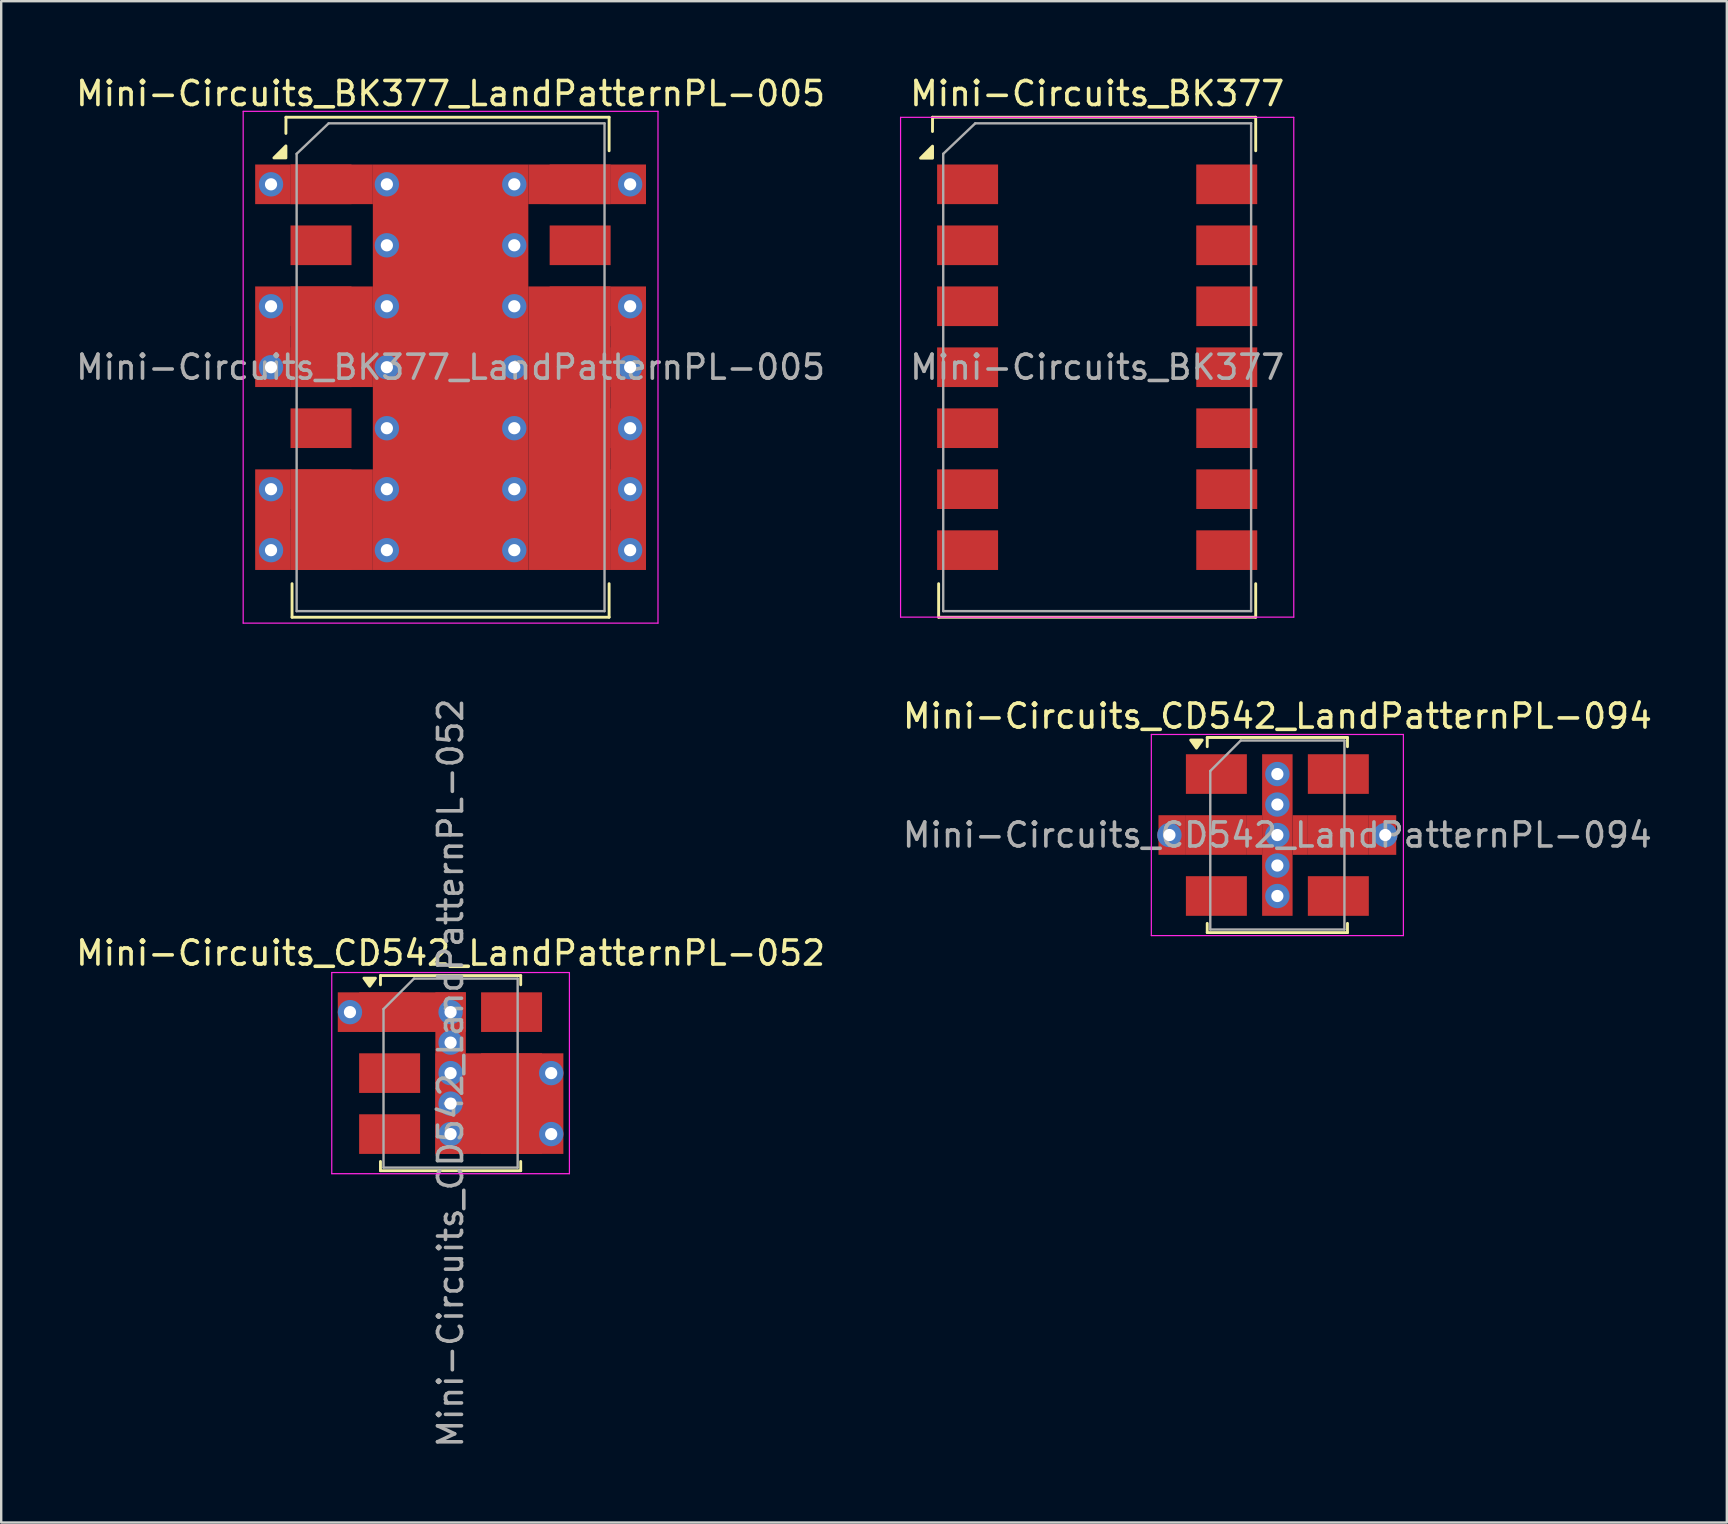
<source format=kicad_pcb>
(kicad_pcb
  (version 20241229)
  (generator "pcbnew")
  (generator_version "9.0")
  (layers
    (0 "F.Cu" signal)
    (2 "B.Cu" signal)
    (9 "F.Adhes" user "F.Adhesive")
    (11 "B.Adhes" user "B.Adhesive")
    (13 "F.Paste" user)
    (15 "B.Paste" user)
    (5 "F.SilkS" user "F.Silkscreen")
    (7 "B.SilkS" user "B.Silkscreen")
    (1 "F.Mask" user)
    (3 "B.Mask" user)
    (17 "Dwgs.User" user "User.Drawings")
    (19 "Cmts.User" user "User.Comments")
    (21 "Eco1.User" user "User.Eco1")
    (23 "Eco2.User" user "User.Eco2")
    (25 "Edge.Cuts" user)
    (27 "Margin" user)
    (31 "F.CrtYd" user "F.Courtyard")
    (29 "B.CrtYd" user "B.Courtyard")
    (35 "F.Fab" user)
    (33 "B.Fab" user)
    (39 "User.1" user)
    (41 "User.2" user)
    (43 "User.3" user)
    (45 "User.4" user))
  (footprint "Mini-Circuits_CD542_LandPatternPL-094"
    (layer "F.Cu")
    (at 50.161 31.735)
    (property "Reference" "Mini-Circuits_CD542_LandPatternPL-094" (at 0.004 -4.953 0) (layer "F.SilkS") (effects (font (size 1 1) (thickness 0.15))))
    (attr smd)
    (fp_line (start -2.921 -4.064) (end -2.921 -3.68) (stroke (width 0.12) (type solid)) (layer "F.SilkS"))
    (fp_line (start -2.921 3.68) (end -2.921 4.064) (stroke (width 0.12) (type solid)) (layer "F.SilkS"))
    (fp_line (start -2.921 4.064) (end 2.921 4.064) (stroke (width 0.12) (type solid)) (layer "F.SilkS"))
    (fp_line (start 2.921 -4.064) (end -2.921 -4.064) (stroke (width 0.12) (type solid)) (layer "F.SilkS"))
    (fp_line (start 2.921 -4.064) (end 2.921 -3.68) (stroke (width 0.12) (type solid)) (layer "F.SilkS"))
    (fp_line (start 2.921 3.68) (end 2.921 4.064) (stroke (width 0.12) (type solid)) (layer "F.SilkS"))
    (fp_poly (pts (xy -3.37 -3.62) (xy -3.61 -3.956) (xy -3.13 -3.956) (xy -3.37 -3.62)) (stroke (width 0.12) (type solid)) (fill yes) (layer "F.SilkS"))
    (fp_line (start -5.25 -4.19) (end -5.25 4.19) (stroke (width 0.05) (type solid)) (layer "F.CrtYd"))
    (fp_line (start -5.25 -4.19) (end 5.25 -4.19) (stroke (width 0.05) (type solid)) (layer "F.CrtYd"))
    (fp_line (start 5.25 4.19) (end -5.25 4.19) (stroke (width 0.05) (type solid)) (layer "F.CrtYd"))
    (fp_line (start 5.25 4.19) (end 5.25 -4.19) (stroke (width 0.05) (type solid)) (layer "F.CrtYd"))
    (fp_line (start -2.794 -2.667) (end -2.794 3.937) (stroke (width 0.1) (type solid)) (layer "F.Fab"))
    (fp_line (start -2.794 -2.667) (end -1.524 -3.937) (stroke (width 0.1) (type solid)) (layer "F.Fab"))
    (fp_line (start -2.794 3.937) (end 2.794 3.937) (stroke (width 0.1) (type solid)) (layer "F.Fab"))
    (fp_line (start 2.794 -3.937) (end -1.524 -3.937) (stroke (width 0.1) (type solid)) (layer "F.Fab"))
    (fp_line (start 2.794 -3.937) (end 2.794 3.937) (stroke (width 0.1) (type solid)) (layer "F.Fab"))
    (fp_text user "${REFERENCE}" (at 0 0 0) (layer "F.Fab") (effects (font (size 1 1) (thickness 0.15))))
    (pad "1" smd rect (at -2.54 -2.54 270) (size 1.651 2.54) (layers "F.Cu" "F.Mask" "F.Paste"))
    (pad "2" thru_hole circle (at -4.496 0 270) (size 1.016 1.016) (drill 0.508) (layers "*.Cu"))
    (pad "2" smd rect (at -4.381 0 270) (size 1.651 1.143) (layers "F.Cu"))
    (pad "2" smd rect (at -2.54 0 270) (size 1.651 2.54) (layers "F.Cu" "F.Mask" "F.Paste"))
    (pad "2" smd rect (at -0.953 0 270) (size 1.651 0.635) (layers "F.Cu"))
    (pad "2" thru_hole circle (at 0 -2.54 270) (size 1.016 1.016) (drill 0.508) (layers "*.Cu"))
    (pad "2" thru_hole circle (at 0 -1.27 270) (size 1.016 1.016) (drill 0.508) (layers "*.Cu"))
    (pad "2" thru_hole circle (at 0 0 270) (size 1.016 1.016) (drill 0.508) (layers "*.Cu"))
    (pad "2" smd rect (at 0 0 270) (size 6.731 1.27) (layers "F.Cu"))
    (pad "2" thru_hole circle (at 0 1.27 270) (size 1.016 1.016) (drill 0.508) (layers "*.Cu"))
    (pad "2" thru_hole circle (at 0 2.54 270) (size 1.016 1.016) (drill 0.508) (layers "*.Cu"))
    (pad "3" smd rect (at -2.54 2.54 270) (size 1.651 2.54) (layers "F.Cu" "F.Mask" "F.Paste"))
    (pad "4" smd rect (at 2.54 2.54 270) (size 1.651 2.54) (layers "F.Cu" "F.Mask" "F.Paste"))
    (pad "5" smd rect (at 0.953 0 270) (size 1.651 0.635) (layers "F.Cu"))
    (pad "5" smd rect (at 2.54 0 270) (size 1.651 2.54) (layers "F.Cu" "F.Mask" "F.Paste"))
    (pad "5" smd rect (at 4.381 0 270) (size 1.651 1.143) (layers "F.Cu"))
    (pad "5" thru_hole circle (at 4.496 0 270) (size 1.016 1.016) (drill 0.508) (layers "*.Cu"))
    (pad "6" smd rect (at 2.54 -2.54 270) (size 1.651 2.54) (layers "F.Cu" "F.Mask" "F.Paste")))
  (footprint "Mini-Circuits_BK377_LandPatternPL-005"
    (layer "F.Cu")
    (at 15.72 12.248)
    (property "Reference" "Mini-Circuits_BK377_LandPatternPL-005" (at 0 -11.4 0) (layer "F.SilkS") (effects (font (size 1 1) (thickness 0.15))))
    (attr smd)
    (fp_line (start -6.86 -9.74) (end -6.858 -10.414) (stroke (width 0.12) (type solid)) (layer "F.SilkS"))
    (fp_line (start -6.858 -10.414) (end 6.604 -10.414) (stroke (width 0.12) (type solid)) (layer "F.SilkS"))
    (fp_line (start -6.604 9.017) (end -6.604 10.414) (stroke (width 0.12) (type solid)) (layer "F.SilkS"))
    (fp_line (start -6.604 10.414) (end 6.604 10.414) (stroke (width 0.12) (type solid)) (layer "F.SilkS"))
    (fp_line (start 6.604 -10.414) (end 6.604 -9.017) (stroke (width 0.12) (type solid)) (layer "F.SilkS"))
    (fp_line (start 6.604 10.414) (end 6.604 9.017) (stroke (width 0.12) (type solid)) (layer "F.SilkS"))
    (fp_poly (pts (xy -6.86 -8.72) (xy -7.36 -8.72) (xy -6.86 -9.22) (xy -6.86 -8.72)) (stroke (width 0.12) (type solid)) (fill yes) (layer "F.SilkS"))
    (fp_line (start -8.64 -10.66) (end -8.64 10.66) (stroke (width 0.05) (type solid)) (layer "F.CrtYd"))
    (fp_line (start -8.64 -10.66) (end 8.64 -10.66) (stroke (width 0.05) (type solid)) (layer "F.CrtYd"))
    (fp_line (start 8.64 10.66) (end -8.64 10.66) (stroke (width 0.05) (type solid)) (layer "F.CrtYd"))
    (fp_line (start 8.64 10.66) (end 8.64 -10.66) (stroke (width 0.05) (type solid)) (layer "F.CrtYd"))
    (fp_line (start -6.413 -8.89) (end -6.413 10.16) (stroke (width 0.1) (type solid)) (layer "F.Fab"))
    (fp_line (start -6.413 10.16) (end 6.413 10.16) (stroke (width 0.1) (type solid)) (layer "F.Fab"))
    (fp_line (start -5.08 -10.16) (end -6.413 -8.89) (stroke (width 0.1) (type solid)) (layer "F.Fab"))
    (fp_line (start 6.413 -10.16) (end -5.08 -10.16) (stroke (width 0.1) (type solid)) (layer "F.Fab"))
    (fp_line (start 6.413 10.16) (end 6.413 -10.16) (stroke (width 0.1) (type solid)) (layer "F.Fab"))
    (fp_text user "${REFERENCE}" (at 0 0 0) (layer "F.Fab") (effects (font (size 1 1) (thickness 0.15))))
    (pad "1" thru_hole circle (at -7.48 -7.62) (size 1.016 1.016) (drill 0.508) (layers "*.Cu"))
    (pad "1" thru_hole circle (at -7.48 -2.54) (size 1.016 1.016) (drill 0.508) (layers "*.Cu"))
    (pad "1" thru_hole circle (at -7.48 0) (size 1.016 1.016) (drill 0.508) (layers "*.Cu"))
    (pad "1" thru_hole circle (at -7.48 5.08) (size 1.016 1.016) (drill 0.508) (layers "*.Cu"))
    (pad "1" thru_hole circle (at -7.48 7.62) (size 1.016 1.016) (drill 0.508) (layers "*.Cu"))
    (pad "1" smd rect (at -7.404 -7.62) (size 1.473 1.651) (layers "F.Cu"))
    (pad "1" smd rect (at -7.404 -1.27) (size 1.473 4.191) (layers "F.Cu"))
    (pad "1" smd rect (at -7.404 6.35) (size 1.473 4.191) (layers "F.Cu"))
    (pad "1" smd rect (at -6.668 -7.62) (size 2.54 1.651) (drill (offset 1.27 0)) (layers "F.Cu" "F.Mask" "F.Paste"))
    (pad "1" smd rect (at -4.953 -7.62) (size 3.429 1.651) (layers "F.Cu"))
    (pad "1" smd rect (at -4.953 -1.27) (size 3.429 4.191) (layers "F.Cu"))
    (pad "1" smd rect (at -4.953 6.35) (size 3.429 4.191) (layers "F.Cu"))
    (pad "1" thru_hole circle (at -2.654 -7.62) (size 1.016 1.016) (drill 0.508) (layers "*.Cu"))
    (pad "1" thru_hole circle (at -2.654 -5.08) (size 1.016 1.016) (drill 0.508) (layers "*.Cu"))
    (pad "1" thru_hole circle (at -2.654 -2.54) (size 1.016 1.016) (drill 0.508) (layers "*.Cu"))
    (pad "1" thru_hole circle (at -2.654 0) (size 1.016 1.016) (drill 0.508) (layers "*.Cu"))
    (pad "1" thru_hole circle (at -2.654 2.54) (size 1.016 1.016) (drill 0.508) (layers "*.Cu"))
    (pad "1" thru_hole circle (at -2.654 5.08) (size 1.016 1.016) (drill 0.508) (layers "*.Cu"))
    (pad "1" thru_hole circle (at -2.654 7.62) (size 1.016 1.016) (drill 0.508) (layers "*.Cu"))
    (pad "1" smd rect (at 0 0) (size 6.477 16.891) (layers "F.Cu"))
    (pad "1" thru_hole circle (at 2.654 -7.62) (size 1.016 1.016) (drill 0.508) (layers "*.Cu"))
    (pad "1" thru_hole circle (at 2.654 -5.08) (size 1.016 1.016) (drill 0.508) (layers "*.Cu"))
    (pad "1" thru_hole circle (at 2.654 -2.54) (size 1.016 1.016) (drill 0.508) (layers "*.Cu"))
    (pad "1" thru_hole circle (at 2.654 0) (size 1.016 1.016) (drill 0.508) (layers "*.Cu"))
    (pad "1" thru_hole circle (at 2.654 2.54) (size 1.016 1.016) (drill 0.508) (layers "*.Cu"))
    (pad "1" thru_hole circle (at 2.654 5.08) (size 1.016 1.016) (drill 0.508) (layers "*.Cu"))
    (pad "1" thru_hole circle (at 2.654 7.62) (size 1.016 1.016) (drill 0.508) (layers "*.Cu"))
    (pad "1" smd rect (at 4.953 -7.62) (size 3.429 1.651) (layers "F.Cu"))
    (pad "1" smd rect (at 4.953 2.54) (size 3.429 11.811) (layers "F.Cu"))
    (pad "1" smd rect (at 7.404 -7.62) (size 1.473 1.651) (layers "F.Cu"))
    (pad "1" smd rect (at 7.404 2.54) (size 1.473 11.811) (layers "F.Cu"))
    (pad "1" thru_hole circle (at 7.48 -7.62) (size 1.016 1.016) (drill 0.508) (layers "*.Cu"))
    (pad "1" thru_hole circle (at 7.48 -2.54) (size 1.016 1.016) (drill 0.508) (layers "*.Cu"))
    (pad "1" thru_hole circle (at 7.48 0) (size 1.016 1.016) (drill 0.508) (layers "*.Cu"))
    (pad "1" thru_hole circle (at 7.48 2.54) (size 1.016 1.016) (drill 0.508) (layers "*.Cu"))
    (pad "1" thru_hole circle (at 7.48 5.08) (size 1.016 1.016) (drill 0.508) (layers "*.Cu"))
    (pad "1" thru_hole circle (at 7.48 7.62) (size 1.016 1.016) (drill 0.508) (layers "*.Cu"))
    (pad "2" smd rect (at -5.397 -5.08) (size 2.54 1.651) (layers "F.Cu" "F.Mask" "F.Paste"))
    (pad "3" smd rect (at -6.668 -2.54) (size 2.54 1.651) (drill (offset 1.27 0)) (layers "F.Cu" "F.Mask" "F.Paste"))
    (pad "4" smd rect (at -6.668 0) (size 2.54 1.651) (drill (offset 1.27 0)) (layers "F.Cu" "F.Mask" "F.Paste"))
    (pad "5" smd rect (at -5.397 2.54) (size 2.54 1.651) (layers "F.Cu" "F.Mask" "F.Paste"))
    (pad "6" smd rect (at -6.668 5.08) (size 2.54 1.651) (drill (offset 1.27 0)) (layers "F.Cu" "F.Mask" "F.Paste"))
    (pad "7" smd rect (at -6.668 7.62) (size 2.54 1.651) (drill (offset 1.27 0)) (layers "F.Cu" "F.Mask" "F.Paste"))
    (pad "8" smd rect (at 6.668 7.62) (size 2.54 1.651) (drill (offset -1.27 0)) (layers "F.Cu" "F.Mask" "F.Paste"))
    (pad "9" smd rect (at 6.668 5.08) (size 2.54 1.651) (drill (offset -1.27 0)) (layers "F.Cu" "F.Mask" "F.Paste"))
    (pad "10" smd rect (at 6.668 2.54) (size 2.54 1.651) (drill (offset -1.27 0)) (layers "F.Cu" "F.Mask" "F.Paste"))
    (pad "11" smd rect (at 6.668 0) (size 2.54 1.651) (drill (offset -1.27 0)) (layers "F.Cu" "F.Mask" "F.Paste"))
    (pad "12" smd rect (at 6.668 -2.54) (size 2.54 1.651) (drill (offset -1.27 0)) (layers "F.Cu" "F.Mask" "F.Paste"))
    (pad "13" smd rect (at 5.397 -5.08) (size 2.54 1.651) (layers "F.Cu" "F.Mask" "F.Paste"))
    (pad "14" smd rect (at 5.397 -7.62) (size 2.54 1.651) (layers "F.Cu" "F.Mask" "F.Paste")))
  (footprint "Mini-Circuits_BK377"
    (layer "F.Cu")
    (at 42.655 12.248)
    (property "Reference" "Mini-Circuits_BK377" (at 0 -11.4 0) (layer "F.SilkS") (effects (font (size 1 1) (thickness 0.15))))
    (attr smd)
    (fp_line (start -6.86 -9.82) (end -6.858 -10.414) (stroke (width 0.12) (type solid)) (layer "F.SilkS"))
    (fp_line (start -6.858 -10.414) (end 6.604 -10.414) (stroke (width 0.12) (type solid)) (layer "F.SilkS"))
    (fp_line (start -6.604 9.017) (end -6.604 10.414) (stroke (width 0.12) (type solid)) (layer "F.SilkS"))
    (fp_line (start -6.604 10.414) (end 6.604 10.414) (stroke (width 0.12) (type solid)) (layer "F.SilkS"))
    (fp_line (start 6.604 -10.414) (end 6.604 -9.017) (stroke (width 0.12) (type solid)) (layer "F.SilkS"))
    (fp_line (start 6.604 10.414) (end 6.604 9.017) (stroke (width 0.12) (type solid)) (layer "F.SilkS"))
    (fp_poly (pts (xy -6.858 -8.71) (xy -7.358 -8.71) (xy -6.858 -9.21) (xy -6.858 -8.71)) (stroke (width 0.12) (type solid)) (fill yes) (layer "F.SilkS"))
    (fp_line (start -8.19 -10.41) (end -8.19 10.41) (stroke (width 0.05) (type solid)) (layer "F.CrtYd"))
    (fp_line (start -8.19 -10.41) (end 8.19 -10.41) (stroke (width 0.05) (type solid)) (layer "F.CrtYd"))
    (fp_line (start 8.19 10.41) (end -8.19 10.41) (stroke (width 0.05) (type solid)) (layer "F.CrtYd"))
    (fp_line (start 8.19 10.41) (end 8.19 -10.41) (stroke (width 0.05) (type solid)) (layer "F.CrtYd"))
    (fp_line (start -6.413 -8.89) (end -6.413 10.16) (stroke (width 0.1) (type solid)) (layer "F.Fab"))
    (fp_line (start -6.413 10.16) (end 6.413 10.16) (stroke (width 0.1) (type solid)) (layer "F.Fab"))
    (fp_line (start -5.08 -10.16) (end -6.413 -8.89) (stroke (width 0.1) (type solid)) (layer "F.Fab"))
    (fp_line (start 6.413 -10.16) (end -5.08 -10.16) (stroke (width 0.1) (type solid)) (layer "F.Fab"))
    (fp_line (start 6.413 10.16) (end 6.413 -10.16) (stroke (width 0.1) (type solid)) (layer "F.Fab"))
    (fp_text user "${REFERENCE}" (at 0 0 0) (layer "F.Fab") (effects (font (size 1 1) (thickness 0.15))))
    (pad "1" smd rect (at -6.668 -7.62) (size 2.54 1.651) (drill (offset 1.27 0)) (layers "F.Cu" "F.Mask" "F.Paste"))
    (pad "2" smd rect (at -5.397 -5.08) (size 2.54 1.651) (layers "F.Cu" "F.Mask" "F.Paste"))
    (pad "3" smd rect (at -6.668 -2.54) (size 2.54 1.651) (drill (offset 1.27 0)) (layers "F.Cu" "F.Mask" "F.Paste"))
    (pad "4" smd rect (at -6.668 0) (size 2.54 1.651) (drill (offset 1.27 0)) (layers "F.Cu" "F.Mask" "F.Paste"))
    (pad "5" smd rect (at -5.397 2.54) (size 2.54 1.651) (layers "F.Cu" "F.Mask" "F.Paste"))
    (pad "6" smd rect (at -6.668 5.08) (size 2.54 1.651) (drill (offset 1.27 0)) (layers "F.Cu" "F.Mask" "F.Paste"))
    (pad "7" smd rect (at -6.668 7.62) (size 2.54 1.651) (drill (offset 1.27 0)) (layers "F.Cu" "F.Mask" "F.Paste"))
    (pad "8" smd rect (at 6.668 7.62) (size 2.54 1.651) (drill (offset -1.27 0)) (layers "F.Cu" "F.Mask" "F.Paste"))
    (pad "9" smd rect (at 6.668 5.08) (size 2.54 1.651) (drill (offset -1.27 0)) (layers "F.Cu" "F.Mask" "F.Paste"))
    (pad "10" smd rect (at 6.668 2.54) (size 2.54 1.651) (drill (offset -1.27 0)) (layers "F.Cu" "F.Mask" "F.Paste"))
    (pad "11" smd rect (at 6.668 0) (size 2.54 1.651) (drill (offset -1.27 0)) (layers "F.Cu" "F.Mask" "F.Paste"))
    (pad "12" smd rect (at 6.668 -2.54) (size 2.54 1.651) (drill (offset -1.27 0)) (layers "F.Cu" "F.Mask" "F.Paste"))
    (pad "13" smd rect (at 5.397 -5.08) (size 2.54 1.651) (layers "F.Cu" "F.Mask" "F.Paste"))
    (pad "14" smd rect (at 5.397 -7.62) (size 2.54 1.651) (layers "F.Cu" "F.Mask" "F.Paste")))
  (footprint "Mini-Circuits_CD542_LandPatternPL-052"
    (layer "F.Cu")
    (at 15.72 41.653)
    (property "Reference" "Mini-Circuits_CD542_LandPatternPL-052" (at 0 -5 0) (layer "F.SilkS") (effects (font (size 1 1) (thickness 0.15))))
    (attr smd)
    (fp_line (start -2.921 -4.064) (end -2.921 -3.68) (stroke (width 0.12) (type solid)) (layer "F.SilkS"))
    (fp_line (start -2.921 4.064) (end -2.921 3.68) (stroke (width 0.12) (type solid)) (layer "F.SilkS"))
    (fp_line (start -2.921 4.064) (end 2.921 4.064) (stroke (width 0.12) (type solid)) (layer "F.SilkS"))
    (fp_line (start 2.921 -4.064) (end -2.921 -4.064) (stroke (width 0.12) (type solid)) (layer "F.SilkS"))
    (fp_line (start 2.921 -4.064) (end 2.921 -3.68) (stroke (width 0.12) (type solid)) (layer "F.SilkS"))
    (fp_line (start 2.921 4.064) (end 2.921 3.68) (stroke (width 0.12) (type solid)) (layer "F.SilkS"))
    (fp_poly (pts (xy -3.37 -3.62) (xy -3.61 -3.956) (xy -3.13 -3.956) (xy -3.37 -3.62)) (stroke (width 0.12) (type solid)) (fill yes) (layer "F.SilkS"))
    (fp_line (start -4.95 -4.19) (end -4.95 4.19) (stroke (width 0.05) (type solid)) (layer "F.CrtYd"))
    (fp_line (start -4.95 -4.19) (end 4.95 -4.19) (stroke (width 0.05) (type solid)) (layer "F.CrtYd"))
    (fp_line (start 4.95 4.19) (end -4.95 4.19) (stroke (width 0.05) (type solid)) (layer "F.CrtYd"))
    (fp_line (start 4.95 4.19) (end 4.95 -4.19) (stroke (width 0.05) (type solid)) (layer "F.CrtYd"))
    (fp_line (start -2.794 -2.667) (end -2.794 3.937) (stroke (width 0.1) (type solid)) (layer "F.Fab"))
    (fp_line (start -2.794 3.937) (end 2.794 3.937) (stroke (width 0.1) (type solid)) (layer "F.Fab"))
    (fp_line (start -1.524 -3.937) (end -2.794 -2.667) (stroke (width 0.1) (type solid)) (layer "F.Fab"))
    (fp_line (start 2.794 -3.937) (end -1.524 -3.937) (stroke (width 0.1) (type solid)) (layer "F.Fab"))
    (fp_line (start 2.794 3.937) (end 2.794 -3.937) (stroke (width 0.1) (type solid)) (layer "F.Fab"))
    (fp_text user "${REFERENCE}" (at 0 0 90) (layer "F.Fab") (effects (font (size 1 1) (thickness 0.15))))
    (pad "1" thru_hole circle (at -4.191 -2.54) (size 1.016 1.016) (drill 0.508) (layers "*.Cu"))
    (pad "1" smd rect (at -2.54 -2.54) (size 2.54 1.651) (layers "F.Cu" "F.Mask" "F.Paste"))
    (pad "1" smd rect (at -2.032 -2.54) (size 5.334 1.651) (layers "F.Cu"))
    (pad "1" thru_hole circle (at 0 -2.54) (size 1.016 1.016) (drill 0.508) (layers "*.Cu"))
    (pad "1" thru_hole circle (at 0 -1.27) (size 1.016 1.016) (drill 0.508) (layers "*.Cu"))
    (pad "1" thru_hole circle (at 0 0) (size 1.016 1.016) (drill 0.508) (layers "*.Cu"))
    (pad "1" smd rect (at 0 0) (size 1.27 6.731) (layers "F.Cu"))
    (pad "1" thru_hole circle (at 0 1.27) (size 1.016 1.016) (drill 0.508) (layers "*.Cu"))
    (pad "1" thru_hole circle (at 0 2.54) (size 1.016 1.016) (drill 0.508) (layers "*.Cu"))
    (pad "2" smd rect (at -2.54 0) (size 2.54 1.651) (layers "F.Cu" "F.Mask" "F.Paste"))
    (pad "3" smd rect (at -2.54 2.54) (size 2.54 1.651) (layers "F.Cu" "F.Mask" "F.Paste"))
    (pad "4" smd rect (at 2.032 1.27) (size 5.334 4.191) (layers "F.Cu"))
    (pad "4" smd rect (at 2.54 2.54) (size 2.54 1.651) (layers "F.Cu" "F.Mask" "F.Paste"))
    (pad "4" thru_hole circle (at 4.191 2.54) (size 1.016 1.016) (drill 0.508) (layers "*.Cu"))
    (pad "5" smd rect (at 2.54 0) (size 2.54 1.651) (layers "F.Cu" "F.Mask" "F.Paste"))
    (pad "5" thru_hole circle (at 4.191 0) (size 1.016 1.016) (drill 0.508) (layers "*.Cu"))
    (pad "6" smd rect (at 2.54 -2.54) (size 2.54 1.651) (layers "F.Cu" "F.Mask" "F.Paste")))
  (gr_rect
    (start -3 -3)
    (end 68.885 60.374)
    (stroke (width 0.1) (type default))
    (fill no)
    (layer "Edge.Cuts")))
</source>
